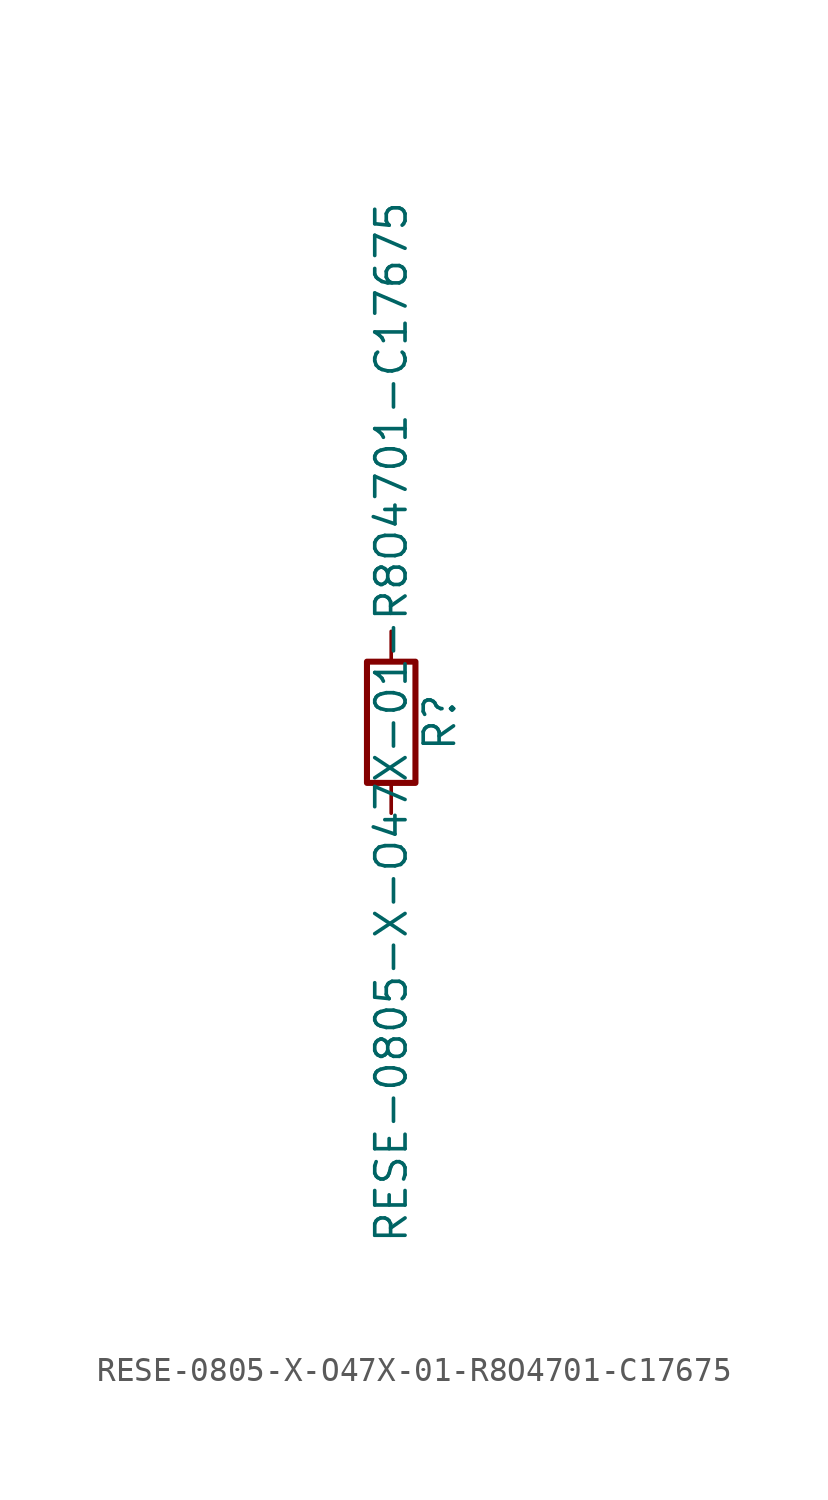
<source format=kicad_sym>
(kicad_symbol_lib
  (version 20211014)
  (generator kicad_symbol_editor)
  (symbol "RESE-0805-X-O47X-01-R8O4701-C17675"
    (pin_numbers hide)
    (pin_names
      (offset 0))
    (property "Reference" "R"
      (at 2.032 0 90)
      (effects (font (size 1.27 1.27))))
    (property "Value" "RESE-0805-X-O47X-01-R8O4701-C17675"
      (at 0 0 90)
      (effects (font (size 1.27 1.27))))
    (symbol "RESE-0805-X-O47X-01-R8O4701-C17675_0_1"
      (rectangle (start -1.016 -2.54) (end 1.016 2.54) (stroke (width 0.254) (type default) (color 0 0 0 0)) (fill (type none))))
    (symbol "RESE-0805-X-O47X-01-R8O4701-C17675_1_1"
      (pin passive line (at 0 3.81 270) (length 1.27) (name "~" (effects (font (size 1.27 1.27)))) (number "1" (effects (font (size 1.27 1.27)))))
      (pin passive line (at 0 -3.81 90) (length 1.27) (name "~" (effects (font (size 1.27 1.27)))) (number "2" (effects (font (size 1.27 1.27))))))))
</source>
